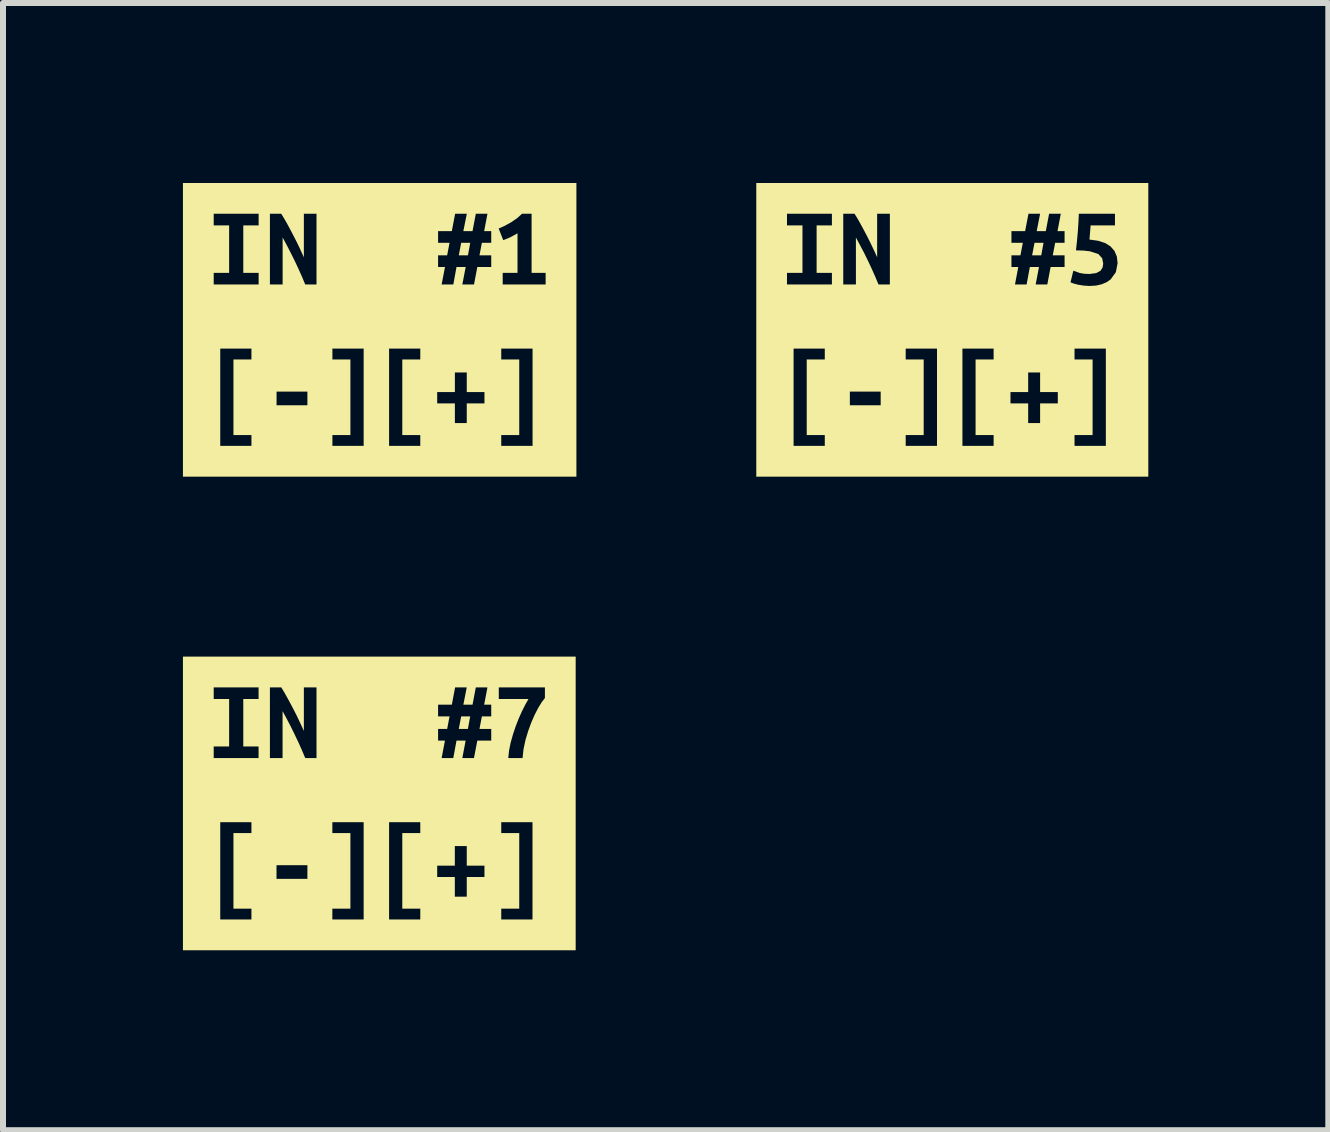
<source format=kicad_pcb>
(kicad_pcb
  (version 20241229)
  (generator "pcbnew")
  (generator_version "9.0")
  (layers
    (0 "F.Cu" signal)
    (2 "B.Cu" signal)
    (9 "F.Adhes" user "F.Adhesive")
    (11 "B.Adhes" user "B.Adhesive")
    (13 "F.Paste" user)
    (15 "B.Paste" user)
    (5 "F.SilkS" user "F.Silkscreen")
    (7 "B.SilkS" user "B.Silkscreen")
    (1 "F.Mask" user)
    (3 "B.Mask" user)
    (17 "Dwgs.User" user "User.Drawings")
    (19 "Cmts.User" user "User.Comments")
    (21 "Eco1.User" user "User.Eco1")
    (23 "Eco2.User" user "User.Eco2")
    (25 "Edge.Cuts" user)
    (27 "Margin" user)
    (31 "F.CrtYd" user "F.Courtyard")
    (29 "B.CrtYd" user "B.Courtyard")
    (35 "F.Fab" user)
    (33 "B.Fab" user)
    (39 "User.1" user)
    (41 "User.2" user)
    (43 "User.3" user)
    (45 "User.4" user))
  (footprint "label_IN1"
    (layer "F.Cu")
    (at 3.28 2.449)
    (property "Reference" "label_IN1" (at 0 -2.448 180) (layer "F.SilkS") (effects (font (size 0.001 0.001) (thickness 0.000003))))
    (attr exclude_from_pos_files exclude_from_bom)
    (fp_poly (pts (xy 1.319 -1.242) (xy 1.472 -1.242) (xy 1.51 -1.451) (xy 1.359 -1.451) (xy 1.319 -1.242)) (stroke (width 0) (type solid)) (fill yes) (layer "F.SilkS"))
    (fp_poly (pts (xy -2.767 -2.448) (xy -2.767 -1.935) (xy -2.018 -1.935) (xy -2.018 -1.741) (xy -2.274 -1.741) (xy -2.274 -0.95) (xy -2.018 -0.95) (xy -2.018 -0.756) (xy -2.767 -0.756) (xy 0.157 0.313) (xy 0.677 0.313) (xy 0.677 0.494) (xy 0.377 0.494) (xy 0.959 1.038) (xy 1.254 1.038) (xy 1.254 0.711) (xy 1.452 0.711) (xy 1.452 1.038) (xy 1.747 1.038) (xy 1.747 1.227) (xy 1.452 1.227) (xy 1.452 1.554) (xy 1.254 1.554) (xy 1.254 1.227) (xy 0.959 1.227) (xy 0.959 1.038) (xy 0.377 0.494) (xy 0.377 1.755) (xy 0.677 1.755) (xy 0.677 1.935) (xy 0.157 1.935) (xy 0.157 0.313) (xy -2.767 -0.756) (xy -2.767 -0.95) (xy -2.51 -0.95) (xy -2.51 -1.741) (xy -2.767 -1.741) (xy -2.767 -1.935) (xy -2.767 -2.448) (xy -3.28 -2.448) (xy -2.658 0.313) (xy -2.138 0.313) (xy -2.138 0.494) (xy -2.438 0.494) (xy -2.438 1.755) (xy -2.138 1.755) (xy -2.138 1.935) (xy -2.658 1.935) (xy -2.658 0.313) (xy -3.28 -2.448) (xy -3.28 2.448) (xy -0.267 1.935) (xy -0.788 1.935) (xy -0.788 1.755) (xy -0.488 1.755) (xy -1.205 1.258) (xy -1.719 1.258) (xy -1.719 1.03) (xy -1.205 1.03) (xy -1.205 1.258) (xy -0.488 1.755) (xy -0.488 0.494) (xy -0.788 0.494) (xy -0.788 0.313) (xy -0.267 0.313) (xy -0.267 1.935) (xy -3.28 2.448) (xy -2.767 2.448) (xy 2.549 1.935) (xy 2.027 1.935) (xy 2.027 1.755) (xy 2.327 1.755) (xy 2.327 0.494) (xy 2.027 0.494) (xy 2.027 0.313) (xy 2.549 0.313) (xy 2.549 1.935) (xy -2.767 2.448) (xy 2.767 2.448) (xy 2.767 -0.756) (xy 2.051 -0.756) (xy 2.051 -0.95) (xy 2.298 -0.95) (xy 2.298 -1.609) (xy 2.176 -1.542) (xy 2.06 -1.495) (xy 1.984 -1.689) (xy 2.083 -1.733) (xy 2.19 -1.792) (xy 2.291 -1.861) (xy 2.373 -1.935) (xy 2.533 -1.935) (xy 2.533 -0.95) (xy 2.767 -0.95) (xy 2.767 -0.756) (xy 2.767 2.448) (xy 3.28 2.448) (xy 3.28 -2.448) (xy -1.053 -1.935) (xy -1.053 -0.756) (xy 0.974 -1.451) (xy 0.974 -1.646) (xy 1.203 -1.646) (xy 1.258 -1.935) (xy 1.453 -1.935) (xy 1.395 -1.646) (xy 1.548 -1.646) (xy 1.603 -1.935) (xy 1.797 -1.935) (xy 1.742 -1.646) (xy 1.86 -1.646) (xy 1.86 -1.451) (xy 1.704 -1.451) (xy 1.664 -1.242) (xy 1.86 -1.242) (xy 1.86 -1.047) (xy 1.628 -1.047) (xy 1.573 -0.756) (xy 1.378 -0.756) (xy 1.434 -1.047) (xy 1.281 -1.047) (xy 1.228 -0.756) (xy 1.033 -0.756) (xy 1.089 -1.047) (xy 0.974 -1.047) (xy 0.974 -1.242) (xy 1.125 -1.242) (xy 1.165 -1.451) (xy 0.974 -1.451) (xy -1.053 -0.756) (xy -1.241 -0.756) (xy -1.296 -0.887) (xy -1.354 -1.017) (xy -1.415 -1.147) (xy -1.48 -1.278) (xy -1.547 -1.408) (xy -1.618 -1.539) (xy -1.618 -0.756) (xy -1.83 -0.756) (xy -1.83 -1.935) (xy -1.641 -1.935) (xy -1.588 -1.848) (xy -1.534 -1.753) (xy -1.482 -1.655) (xy -1.431 -1.558) (xy -1.382 -1.462) (xy -1.337 -1.369) (xy -1.298 -1.284) (xy -1.264 -1.209) (xy -1.264 -1.935) (xy -1.053 -1.935) (xy 3.28 -2.448) (xy 2.767 -2.448) (xy -2.767 -2.448)) (stroke (width 0) (type solid)) (fill yes) (layer "F.SilkS")))
  (footprint "label_IN7"
    (layer "F.Cu")
    (at 3.274 10.345)
    (property "Reference" "label_IN7" (at 0 -2.448 180) (layer "F.SilkS") (effects (font (size 0.001 0.001) (thickness 0.000003))))
    (attr exclude_from_pos_files exclude_from_bom)
    (fp_poly (pts (xy 1.325 -1.242) (xy 1.477 -1.242) (xy 1.515 -1.451) (xy 1.365 -1.451) (xy 1.325 -1.242)) (stroke (width 0) (type solid)) (fill yes) (layer "F.SilkS"))
    (fp_poly (pts (xy -2.761 -2.448) (xy -2.761 -1.935) (xy -2.013 -1.935) (xy -2.013 -1.741) (xy -2.268 -1.741) (xy -2.268 -0.95) (xy -2.013 -0.95) (xy -2.013 -0.756) (xy -2.761 -0.756) (xy -2.761 -0.95) (xy -2.504 -0.95) (xy -2.504 -1.741) (xy -2.761 -1.741) (xy -2.761 -1.935) (xy -2.761 -2.448) (xy -3.274 -2.448) (xy -2.652 0.313) (xy -2.132 0.313) (xy 2.15 -0.756) (xy 2.163 -0.881) (xy 2.19 -1.014) (xy 2.228 -1.149) (xy 2.273 -1.284) (xy 2.323 -1.413) (xy 2.378 -1.536) (xy 2.434 -1.647) (xy 2.487 -1.741) (xy 1.992 -1.741) (xy 1.992 -1.935) (xy 2.761 -1.935) (xy 2.761 -1.758) (xy 2.707 -1.687) (xy 2.649 -1.592) (xy 2.59 -1.478) (xy 2.534 -1.35) (xy 2.483 -1.21) (xy 2.438 -1.062) (xy 2.405 -0.909) (xy 2.388 -0.756) (xy 2.15 -0.756) (xy -2.132 0.313) (xy -2.132 0.494) (xy -2.432 0.494) (xy -2.432 1.755) (xy -2.132 1.755) (xy -2.132 1.935) (xy -2.652 1.935) (xy -2.652 0.313) (xy -3.274 -2.448) (xy -3.274 2.448) (xy -0.261 1.935) (xy -0.783 1.935) (xy -0.783 1.755) (xy -0.482 1.755) (xy -1.199 1.258) (xy -1.714 1.258) (xy -1.714 1.03) (xy -1.199 1.03) (xy -1.199 1.258) (xy -0.482 1.755) (xy -0.482 0.494) (xy -0.783 0.494) (xy -0.783 0.313) (xy -0.261 0.313) (xy -0.261 1.935) (xy -3.274 2.448) (xy -2.761 2.448) (xy 2.761 2.448) (xy 0.683 1.755) (xy 0.683 1.935) (xy 0.163 1.935) (xy 0.163 0.313) (xy 0.683 0.313) (xy 0.683 0.494) (xy 0.383 0.494) (xy 0.965 1.038) (xy 1.259 1.038) (xy 1.259 0.711) (xy 1.458 0.711) (xy 1.458 1.038) (xy 1.753 1.038) (xy 1.753 1.227) (xy 1.458 1.227) (xy 1.458 1.554) (xy 1.259 1.554) (xy 1.259 1.227) (xy 0.965 1.227) (xy 0.965 1.038) (xy 0.383 0.494) (xy 0.383 1.755) (xy 0.683 1.755) (xy 2.761 2.448) (xy 3.274 2.448) (xy 2.554 1.935) (xy 2.033 1.935) (xy 2.033 1.755) (xy 2.333 1.755) (xy 2.333 0.494) (xy 2.033 0.494) (xy 2.033 0.313) (xy 2.554 0.313) (xy 2.554 1.935) (xy 3.274 2.448) (xy 3.274 -2.448) (xy -1.047 -1.935) (xy -1.047 -0.756) (xy 0.98 -1.451) (xy 0.98 -1.646) (xy 1.209 -1.646) (xy 1.264 -1.935) (xy 1.458 -1.935) (xy 1.401 -1.646) (xy 1.554 -1.646) (xy 1.609 -1.935) (xy 1.803 -1.935) (xy 1.748 -1.646) (xy 1.866 -1.646) (xy 1.866 -1.451) (xy 1.71 -1.451) (xy 1.67 -1.242) (xy 1.866 -1.242) (xy 1.866 -1.047) (xy 1.634 -1.047) (xy 1.578 -0.756) (xy 1.384 -0.756) (xy 1.439 -1.047) (xy 1.287 -1.047) (xy 1.233 -0.756) (xy 1.039 -0.756) (xy 1.094 -1.047) (xy 0.98 -1.047) (xy 0.98 -1.242) (xy 1.131 -1.242) (xy 1.171 -1.451) (xy 0.98 -1.451) (xy -1.047 -0.756) (xy -1.235 -0.756) (xy -1.29 -0.887) (xy -1.348 -1.017) (xy -1.41 -1.147) (xy -1.474 -1.278) (xy -1.542 -1.408) (xy -1.613 -1.539) (xy -1.613 -0.756) (xy -1.824 -0.756) (xy -1.824 -1.935) (xy -1.635 -1.935) (xy -1.582 -1.848) (xy -1.529 -1.753) (xy -1.476 -1.655) (xy -1.425 -1.558) (xy -1.376 -1.462) (xy -1.332 -1.369) (xy -1.292 -1.284) (xy -1.258 -1.209) (xy -1.258 -1.935) (xy -1.047 -1.935) (xy 3.274 -2.448) (xy 2.761 -2.448) (xy -2.761 -2.448)) (stroke (width 0) (type solid)) (fill yes) (layer "F.SilkS")))
  (footprint "label_IN5"
    (layer "F.Cu")
    (at 12.827 2.449)
    (property "Reference" "label_IN5" (at 0 -2.448 180) (layer "F.SilkS") (effects (font (size 0.001 0.001) (thickness 0.000003))))
    (attr exclude_from_pos_files exclude_from_bom)
    (fp_poly (pts (xy 1.331 -1.242) (xy 1.483 -1.242) (xy 1.521 -1.451) (xy 1.371 -1.451) (xy 1.331 -1.242)) (stroke (width 0) (type solid)) (fill yes) (layer "F.SilkS"))
    (fp_poly (pts (xy -2.756 -2.448) (xy -2.756 -1.935) (xy -2.007 -1.935) (xy -2.007 -1.741) (xy -2.262 -1.741) (xy -2.262 -0.95) (xy -2.007 -0.95) (xy -2.007 -0.756) (xy -2.756 -0.756) (xy -2.756 -0.95) (xy -2.498 -0.95) (xy -2.498 -1.741) (xy -2.756 -1.741) (xy -2.756 -1.935) (xy -2.756 -2.448) (xy -3.268 -2.448) (xy -2.646 0.313) (xy -2.126 0.313) (xy -2.126 0.494) (xy -2.427 0.494) (xy -2.427 1.755) (xy -2.126 1.755) (xy -2.126 1.935) (xy -2.646 1.935) (xy -2.646 0.313) (xy -3.268 -2.448) (xy -3.268 2.448) (xy -0.255 1.935) (xy -0.777 1.935) (xy -0.777 1.755) (xy -0.477 1.755) (xy -1.194 1.258) (xy -1.708 1.258) (xy -1.708 1.03) (xy -1.194 1.03) (xy -1.194 1.258) (xy -0.477 1.755) (xy -0.477 0.494) (xy -0.777 0.494) (xy -0.777 0.313) (xy -0.255 0.313) (xy -0.255 1.935) (xy -3.268 2.448) (xy -2.756 2.448) (xy 2.756 2.448) (xy 0.689 1.755) (xy 0.689 1.935) (xy 0.169 1.935) (xy 0.169 0.313) (xy 0.689 0.313) (xy 0.689 0.494) (xy 0.388 0.494) (xy 0.97 1.038) (xy 1.265 1.038) (xy 1.265 0.711) (xy 1.464 0.711) (xy 1.464 1.038) (xy 1.759 1.038) (xy 1.759 1.227) (xy 2.339 1.755) (xy 2.339 0.494) (xy 2.038 0.494) (xy 2.038 0.313) (xy 2.56 0.313) (xy 2.56 1.935) (xy 2.038 1.935) (xy 2.038 1.755) (xy 2.339 1.755) (xy 1.759 1.227) (xy 1.464 1.227) (xy 1.464 1.554) (xy 1.265 1.554) (xy 1.265 1.227) (xy 0.97 1.227) (xy 0.97 1.038) (xy 0.388 0.494) (xy 0.388 1.755) (xy 0.689 1.755) (xy 2.756 2.448) (xy 3.268 2.448) (xy 2.639 -0.84) (xy 2.573 -0.794) (xy 2.493 -0.76) (xy 2.398 -0.738) (xy 2.289 -0.731) (xy 2.196 -0.737) (xy 2.104 -0.751) (xy 2.025 -0.771) (xy 1.971 -0.792) (xy 2.018 -0.986) (xy 2.125 -0.948) (xy 2.198 -0.935) (xy 2.287 -0.931) (xy 2.4 -0.946) (xy 2.471 -0.985) (xy 2.506 -1.04) (xy 2.516 -1.103) (xy 2.499 -1.193) (xy 2.435 -1.264) (xy 2.296 -1.309) (xy 2.193 -1.321) (xy 2.062 -1.325) (xy 2.079 -1.484) (xy 2.093 -1.639) (xy 2.103 -1.79) (xy 2.11 -1.935) (xy 2.712 -1.935) (xy 2.712 -1.741) (xy 2.306 -1.741) (xy 2.296 -1.613) (xy 2.287 -1.505) (xy 2.431 -1.485) (xy 2.549 -1.447) (xy 2.639 -1.39) (xy 2.704 -1.315) (xy 2.743 -1.223) (xy 2.756 -1.112) (xy 2.727 -0.961) (xy 2.639 -0.84) (xy 3.268 2.448) (xy 3.268 -2.448) (xy -1.041 -1.935) (xy -1.041 -0.756) (xy 0.986 -1.451) (xy 0.986 -1.646) (xy 1.214 -1.646) (xy 1.27 -1.935) (xy 1.464 -1.935) (xy 1.407 -1.646) (xy 1.559 -1.646) (xy 1.614 -1.935) (xy 1.809 -1.935) (xy 1.754 -1.646) (xy 1.872 -1.646) (xy 1.872 -1.451) (xy 1.715 -1.451) (xy 1.675 -1.242) (xy 1.872 -1.242) (xy 1.872 -1.047) (xy 1.639 -1.047) (xy 1.584 -0.756) (xy 1.39 -0.756) (xy 1.445 -1.047) (xy 1.293 -1.047) (xy 1.239 -0.756) (xy 1.045 -0.756) (xy 1.1 -1.047) (xy 0.986 -1.047) (xy 0.986 -1.242) (xy 1.136 -1.242) (xy 1.176 -1.451) (xy 0.986 -1.451) (xy -1.041 -0.756) (xy -1.23 -0.756) (xy -1.285 -0.887) (xy -1.343 -1.017) (xy -1.404 -1.147) (xy -1.468 -1.278) (xy -1.536 -1.408) (xy -1.607 -1.539) (xy -1.607 -0.756) (xy -1.818 -0.756) (xy -1.818 -1.935) (xy -1.63 -1.935) (xy -1.576 -1.848) (xy -1.523 -1.753) (xy -1.47 -1.655) (xy -1.419 -1.558) (xy -1.371 -1.462) (xy -1.326 -1.369) (xy -1.286 -1.284) (xy -1.253 -1.209) (xy -1.253 -1.935) (xy -1.041 -1.935) (xy 3.268 -2.448) (xy 2.756 -2.448) (xy -2.756 -2.448)) (stroke (width 0) (type solid)) (fill yes) (layer "F.SilkS")))
  (gr_rect
    (start -3 -3)
    (end 19.096 15.793)
    (stroke (width 0.1) (type default))
    (fill no)
    (layer "Edge.Cuts")))
</source>
